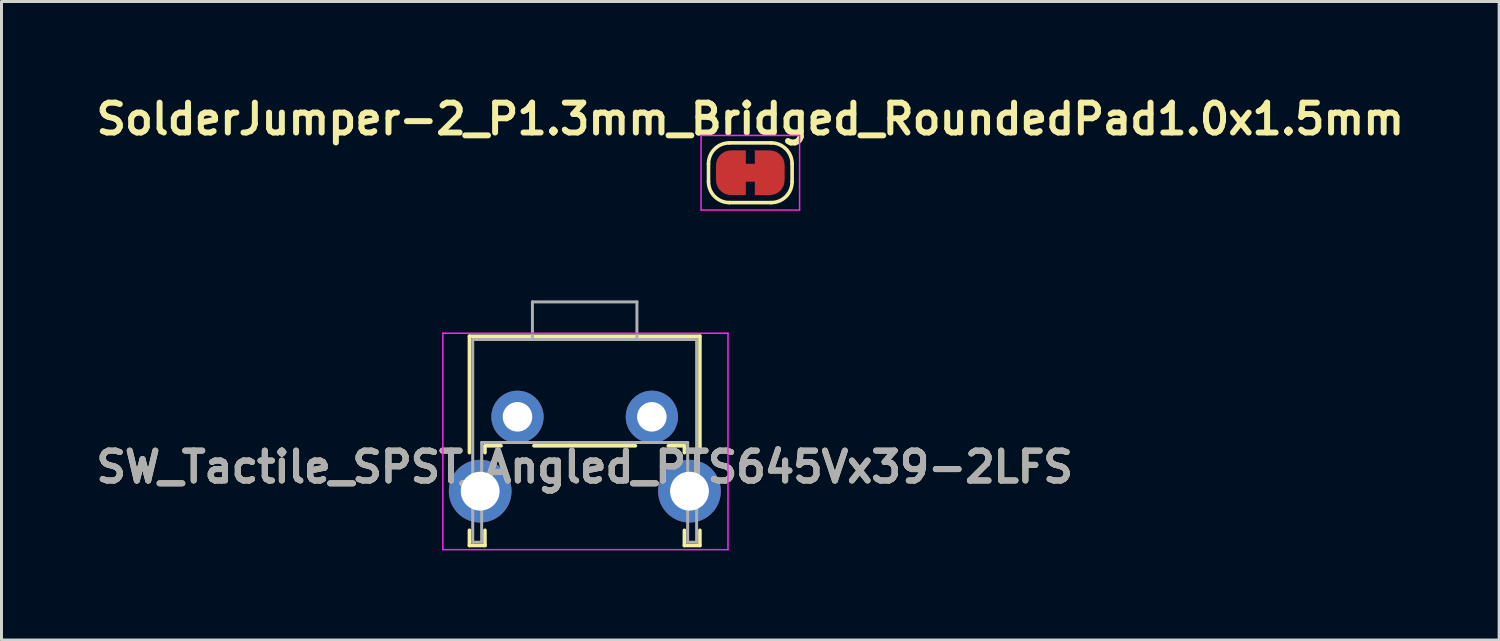
<source format=kicad_pcb>
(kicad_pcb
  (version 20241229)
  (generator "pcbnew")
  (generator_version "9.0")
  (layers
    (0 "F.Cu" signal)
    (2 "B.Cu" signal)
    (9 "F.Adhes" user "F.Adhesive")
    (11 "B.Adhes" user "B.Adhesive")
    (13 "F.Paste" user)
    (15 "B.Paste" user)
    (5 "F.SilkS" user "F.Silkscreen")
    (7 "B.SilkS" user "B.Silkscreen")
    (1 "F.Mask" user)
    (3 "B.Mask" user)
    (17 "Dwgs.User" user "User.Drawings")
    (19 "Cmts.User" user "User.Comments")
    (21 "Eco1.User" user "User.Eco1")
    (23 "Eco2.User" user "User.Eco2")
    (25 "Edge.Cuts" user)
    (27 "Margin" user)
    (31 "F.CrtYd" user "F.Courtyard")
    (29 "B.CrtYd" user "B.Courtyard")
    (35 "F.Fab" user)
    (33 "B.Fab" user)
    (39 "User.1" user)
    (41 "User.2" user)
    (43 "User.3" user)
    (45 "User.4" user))
  (footprint "SW_Tactile_SPST_Angled_PTS645Vx39-2LFS"
    (layer "F.Cu")
    (at 16.533 10.911)
    (property "Reference" "SW_Tactile_SPST_Angled_PTS645Vx39-2LFS" (at 0 1.68 0) (layer "F.SilkS") (effects (font (size 1 1) (thickness 0.2))))
    (attr through_hole)
    (fp_line (start -3.86 -2.7) (end -3.86 1.2) (stroke (width 0.12) (type solid)) (layer "F.SilkS"))
    (fp_line (start -3.86 -2.7) (end 3.86 -2.7) (stroke (width 0.12) (type solid)) (layer "F.SilkS"))
    (fp_line (start -3.86 3.8) (end -3.86 4.31) (stroke (width 0.12) (type solid)) (layer "F.SilkS"))
    (fp_line (start -3.86 4.31) (end -3.34 4.31) (stroke (width 0.12) (type solid)) (layer "F.SilkS"))
    (fp_line (start -3.34 0.97) (end -3.34 1.2) (stroke (width 0.12) (type solid)) (layer "F.SilkS"))
    (fp_line (start -3.34 0.97) (end -2.8 0.97) (stroke (width 0.12) (type solid)) (layer "F.SilkS"))
    (fp_line (start -3.34 3.8) (end -3.34 4.31) (stroke (width 0.12) (type solid)) (layer "F.SilkS"))
    (fp_line (start -1.7 0.97) (end 1.7 0.97) (stroke (width 0.12) (type solid)) (layer "F.SilkS"))
    (fp_line (start 2.8 0.97) (end 3.34 0.97) (stroke (width 0.12) (type solid)) (layer "F.SilkS"))
    (fp_line (start 3.34 0.97) (end 3.34 1.2) (stroke (width 0.12) (type solid)) (layer "F.SilkS"))
    (fp_line (start 3.34 3.8) (end 3.34 4.31) (stroke (width 0.12) (type solid)) (layer "F.SilkS"))
    (fp_line (start 3.34 4.31) (end 3.86 4.31) (stroke (width 0.12) (type solid)) (layer "F.SilkS"))
    (fp_line (start 3.86 -2.7) (end 3.86 1.2) (stroke (width 0.12) (type solid)) (layer "F.SilkS"))
    (fp_line (start 3.86 3.8) (end 3.86 4.31) (stroke (width 0.12) (type solid)) (layer "F.SilkS"))
    (fp_line (start -4.75 -2.8) (end 4.8 -2.8) (stroke (width 0.05) (type solid)) (layer "F.CrtYd"))
    (fp_line (start -4.75 4.45) (end -4.75 -2.8) (stroke (width 0.05) (type solid)) (layer "F.CrtYd"))
    (fp_line (start 4.8 -2.8) (end 4.8 4.45) (stroke (width 0.05) (type solid)) (layer "F.CrtYd"))
    (fp_line (start 4.8 4.45) (end -4.75 4.45) (stroke (width 0.05) (type solid)) (layer "F.CrtYd"))
    (fp_line (start -3.75 -2.59) (end 3.75 -2.59) (stroke (width 0.1) (type solid)) (layer "F.Fab"))
    (fp_line (start -3.75 4.2) (end -3.75 -2.59) (stroke (width 0.1) (type solid)) (layer "F.Fab"))
    (fp_line (start -3.75 4.2) (end -3.45 4.2) (stroke (width 0.1) (type solid)) (layer "F.Fab"))
    (fp_line (start -3.45 0.86) (end 3.45 0.86) (stroke (width 0.1) (type solid)) (layer "F.Fab"))
    (fp_line (start -3.45 4.2) (end -3.45 0.86) (stroke (width 0.1) (type solid)) (layer "F.Fab"))
    (fp_line (start -1.75 -3.85) (end -1.75 -2.59) (stroke (width 0.1) (type solid)) (layer "F.Fab"))
    (fp_line (start -1.75 -3.85) (end 1.75 -3.85) (stroke (width 0.1) (type solid)) (layer "F.Fab"))
    (fp_line (start 1.75 -3.85) (end 1.75 -2.59) (stroke (width 0.1) (type solid)) (layer "F.Fab"))
    (fp_line (start 3.45 4.2) (end 3.45 0.86) (stroke (width 0.1) (type solid)) (layer "F.Fab"))
    (fp_line (start 3.45 4.2) (end 3.75 4.2) (stroke (width 0.1) (type solid)) (layer "F.Fab"))
    (fp_line (start 3.75 4.2) (end 3.75 -2.59) (stroke (width 0.1) (type solid)) (layer "F.Fab"))
    (fp_text user "${REFERENCE}" (at 0 1.68 0) (layer "F.Fab") (effects (font (size 1 1) (thickness 0.2))))
    (pad "1" thru_hole circle (at -2.25 0) (size 1.75 1.75) (drill 0.99) (layers "*.Cu" "*.Mask"))
    (pad "2" thru_hole circle (at 2.25 0) (size 1.75 1.75) (drill 0.99) (layers "*.Cu" "*.Mask"))
    (pad "3" thru_hole circle (at -3.5 2.49) (size 2.1 2.1) (drill 1.3) (layers "*.Cu" "*.Mask"))
    (pad "4" thru_hole circle (at 3.51 2.49) (size 2.1 2.1) (drill 1.3) (layers "*.Cu" "*.Mask")))
  (footprint "SolderJumper-2_P1.3mm_Bridged_RoundedPad1.0x1.5mm"
    (layer "F.Cu")
    (at 22.081 2.736)
    (property "Reference" "SolderJumper-2_P1.3mm_Bridged_RoundedPad1.0x1.5mm" (at 0 -1.8 0) (layer "F.SilkS") (effects (font (size 1 1) (thickness 0.2))))
    (attr exclude_from_pos_files exclude_from_bom)
    (fp_poly (pts (xy 0.25 -0.3) (xy -0.25 -0.3) (xy -0.25 0.3) (xy 0.25 0.3)) (stroke (width 0) (type solid)) (fill yes) (layer "F.Cu"))
    (fp_line (start -1.4 0.3) (end -1.4 -0.3) (stroke (width 0.12) (type solid)) (layer "F.SilkS"))
    (fp_line (start -0.7 -1) (end 0.7 -1) (stroke (width 0.12) (type solid)) (layer "F.SilkS"))
    (fp_line (start 0.7 1) (end -0.7 1) (stroke (width 0.12) (type solid)) (layer "F.SilkS"))
    (fp_line (start 1.4 -0.3) (end 1.4 0.3) (stroke (width 0.12) (type solid)) (layer "F.SilkS"))
    (fp_arc (start -1.4 -0.3) (mid -1.194975 -0.794975) (end -0.7 -1) (stroke (width 0.12) (type solid)) (layer "F.SilkS"))
    (fp_arc (start -0.7 1) (mid -1.194975 0.794975) (end -1.4 0.3) (stroke (width 0.12) (type solid)) (layer "F.SilkS"))
    (fp_arc (start 0.7 -1) (mid 1.194975 -0.794975) (end 1.4 -0.3) (stroke (width 0.12) (type solid)) (layer "F.SilkS"))
    (fp_arc (start 1.4 0.3) (mid 1.194975 0.794975) (end 0.7 1) (stroke (width 0.12) (type solid)) (layer "F.SilkS"))
    (fp_line (start -1.65 -1.25) (end -1.65 1.25) (stroke (width 0.05) (type solid)) (layer "F.CrtYd"))
    (fp_line (start -1.65 -1.25) (end 1.65 -1.25) (stroke (width 0.05) (type solid)) (layer "F.CrtYd"))
    (fp_line (start 1.65 1.25) (end -1.65 1.25) (stroke (width 0.05) (type solid)) (layer "F.CrtYd"))
    (fp_line (start 1.65 1.25) (end 1.65 -1.25) (stroke (width 0.05) (type solid)) (layer "F.CrtYd"))
    (pad "1" smd custom (at -0.65 0) (size 1 0.5) (layers "F.Cu" "F.Mask") (options (anchor rect)) (primitives (gr_circle (center 0 0.25) (end 0.5 0.25) (width 0) (fill yes)) (gr_circle (center 0 -0.25) (end 0.5 -0.25) (width 0) (fill yes)) (gr_poly (pts (xy 0.5 0.75) (xy 0 0.75) (xy 0 -0.75) (xy 0.5 -0.75)) (width 0) (fill yes))))
    (pad "2" smd custom (at 0.65 0) (size 1 0.5) (layers "F.Cu" "F.Mask") (options (anchor rect)) (primitives (gr_circle (center 0 0.25) (end 0.5 0.25) (width 0) (fill yes)) (gr_circle (center 0 -0.25) (end 0.5 -0.25) (width 0) (fill yes)) (gr_poly (pts (xy 0 0.75) (xy -0.5 0.75) (xy -0.5 -0.75) (xy 0 -0.75)) (width 0) (fill yes)))))
  (gr_rect
    (start -3 -3)
    (end 47.162 18.386)
    (stroke (width 0.1) (type default))
    (fill no)
    (layer "Edge.Cuts")))
</source>
